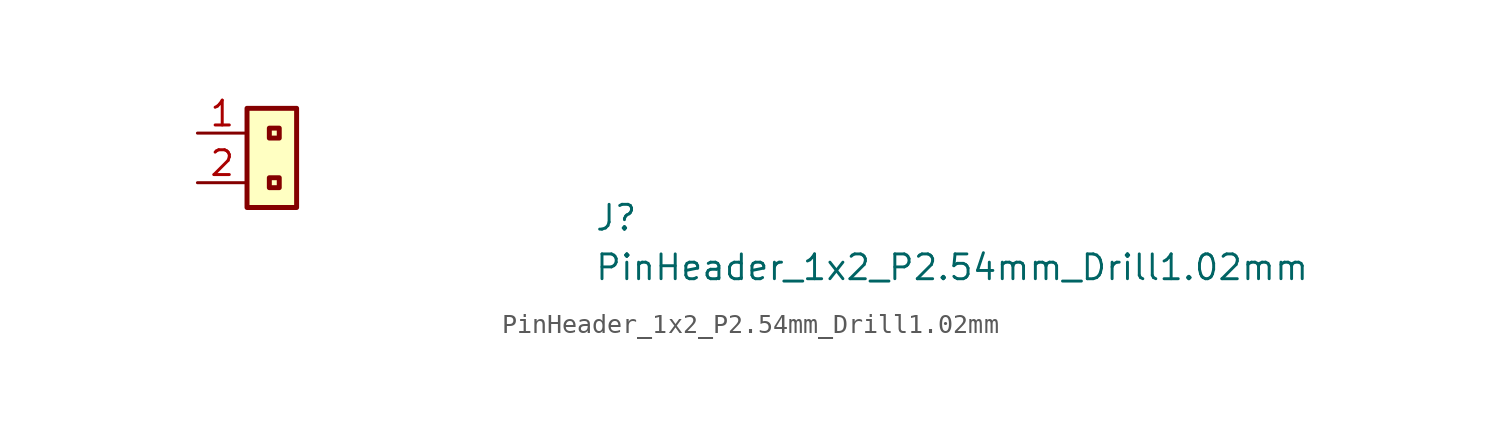
<source format=kicad_sym>
(kicad_symbol_lib
  (version 20211014)
  (generator kicad_symbol_editor)
  (symbol "PinHeader_1x2_P2.54mm_Drill1.02mm"
    (property "Reference" "J"
      (at 20.32 -5.08 0)
      (effects (font (size 1.27 1.27) (thickness 0.15)) (justify left bottom)))
    (property "Value" "PinHeader_1x2_P2.54mm_Drill1.02mm"
      (at 20.32 -7.62 0)
      (effects (font (size 1.27 1.27) (thickness 0.15)) (justify left bottom)))
    (symbol "PinHeader_1x2_P2.54mm_Drill1.02mm_1_1"
      (rectangle (start 4.191 -2.794) (end 3.683 -2.286) (stroke (width 0.254) (type default) (color 0 0 0 0)) (fill (type none)))
      (rectangle (start 4.191 -0.254) (end 3.683 0.254) (stroke (width 0.254) (type default) (color 0 0 0 0)) (fill (type none)))
      (rectangle (start 5.08 -3.81) (end 2.54 1.27) (stroke (width 0.254) (type default) (color 0 0 0 0)) (fill (type background)))
      (pin passive line (at 0 0 0) (length 2.54) (name "~" (effects (font (size 1.27 1.27)))) (number "1" (effects (font (size 1.27 1.27)))))
      (pin passive line (at 0 -2.54 0) (length 2.54) (name "~" (effects (font (size 1.27 1.27)))) (number "2" (effects (font (size 1.27 1.27))))))))
</source>
